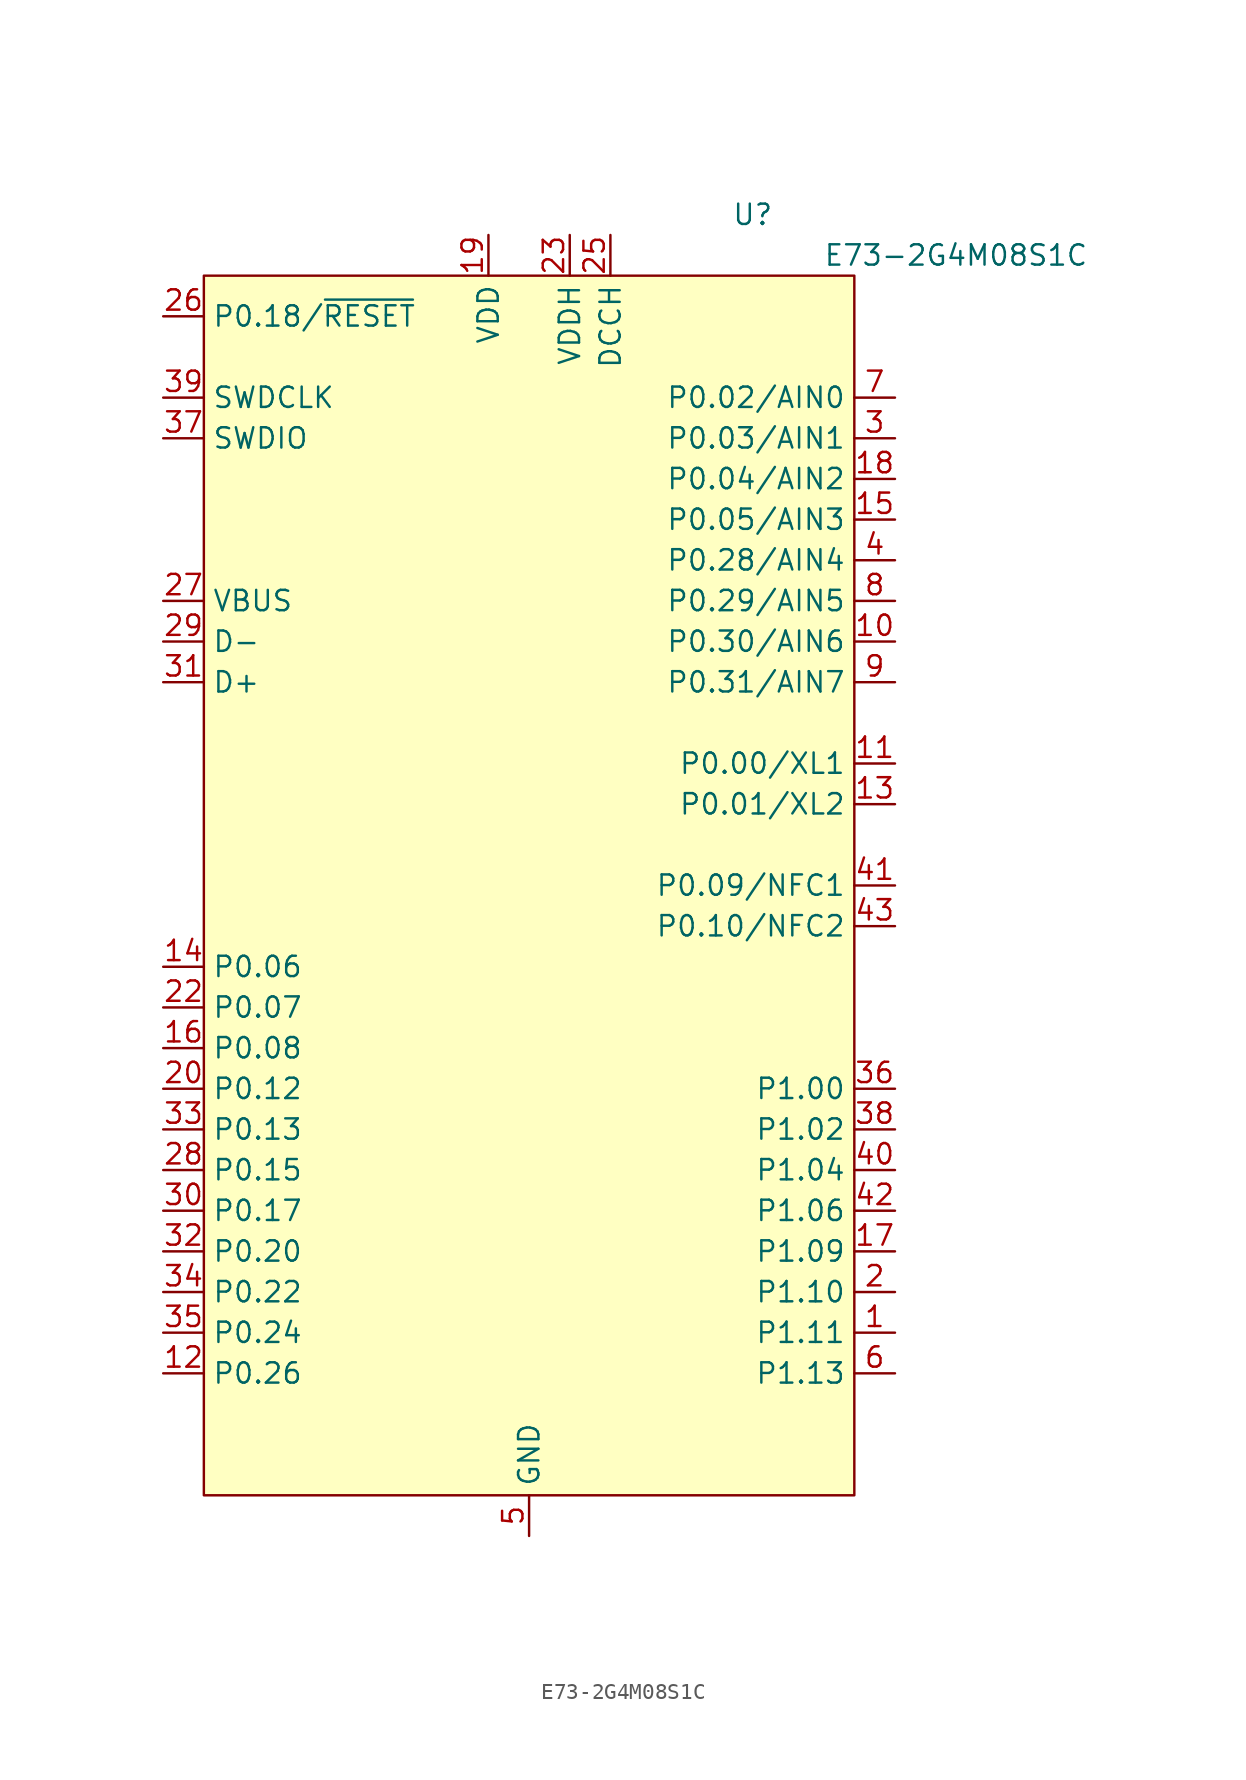
<source format=kicad_sym>
(kicad_symbol_lib
  (version 20231120)
  (generator "kicad_symbol_editor")
  (generator_version "8.0")
  (symbol "E73-2G4M08S1C"
    (property "Reference" "U"
      (at 13.97 41.91 0)
      (do_not_autoplace)
      (effects (font (size 1.27 1.27))))
    (property "Value" "E73-2G4M08S1C"
      (at 26.67 39.37 0)
      (do_not_autoplace)
      (effects (font (size 1.27 1.27))))
    (symbol "E73-2G4M08S1C_0_0"
      (pin bidirectional line (at 22.86 -27.94 180) (length 2.54) (name "P1.11" (effects (font (size 1.27 1.27)))) (number "1" (effects (font (size 1.27 1.27)))))
      (pin power_in line (at 22.86 15.24 180) (length 2.54) (name "P0.30/AIN6" (effects (font (size 1.27 1.27)))) (number "10" (effects (font (size 1.27 1.27)))))
      (pin bidirectional line (at 22.86 7.62 180) (length 2.54) (name "P0.00/XL1" (effects (font (size 1.27 1.27)))) (number "11" (effects (font (size 1.27 1.27)))))
      (pin bidirectional line (at -22.86 -30.48 0) (length 2.54) (name "P0.26" (effects (font (size 1.27 1.27)))) (number "12" (effects (font (size 1.27 1.27)))))
      (pin bidirectional line (at 22.86 5.08 180) (length 2.54) (name "P0.01/XL2" (effects (font (size 1.27 1.27)))) (number "13" (effects (font (size 1.27 1.27)))))
      (pin bidirectional line (at -22.86 -5.08 0) (length 2.54) (name "P0.06" (effects (font (size 1.27 1.27)))) (number "14" (effects (font (size 1.27 1.27)))))
      (pin bidirectional line (at 22.86 22.86 180) (length 2.54) (name "P0.05/AIN3" (effects (font (size 1.27 1.27)))) (number "15" (effects (font (size 1.27 1.27)))))
      (pin bidirectional line (at -22.86 -10.16 0) (length 2.54) (name "P0.08" (effects (font (size 1.27 1.27)))) (number "16" (effects (font (size 1.27 1.27)))))
      (pin bidirectional line (at 22.86 -22.86 180) (length 2.54) (name "P1.09" (effects (font (size 1.27 1.27)))) (number "17" (effects (font (size 1.27 1.27)))))
      (pin bidirectional line (at 22.86 25.4 180) (length 2.54) (name "P0.04/AIN2" (effects (font (size 1.27 1.27)))) (number "18" (effects (font (size 1.27 1.27)))))
      (pin bidirectional line (at -2.54 40.64 270) (length 2.54) (name "VDD" (effects (font (size 1.27 1.27)))) (number "19" (effects (font (size 1.27 1.27)))))
      (pin bidirectional line (at 22.86 -25.4 180) (length 2.54) (name "P1.10" (effects (font (size 1.27 1.27)))) (number "2" (effects (font (size 1.27 1.27)))))
      (pin bidirectional line (at -22.86 -12.7 0) (length 2.54) (name "P0.12" (effects (font (size 1.27 1.27)))) (number "20" (effects (font (size 1.27 1.27)))))
      (pin bidirectional line (at -22.86 -7.62 0) (length 2.54) (name "P0.07" (effects (font (size 1.27 1.27)))) (number "22" (effects (font (size 1.27 1.27)))))
      (pin bidirectional line (at 2.54 40.64 270) (length 2.54) (name "VDDH" (effects (font (size 1.27 1.27)))) (number "23" (effects (font (size 1.27 1.27)))))
      (pin bidirectional line (at 5.08 40.64 270) (length 2.54) (name "DCCH" (effects (font (size 1.27 1.27)))) (number "25" (effects (font (size 1.27 1.27)))))
      (pin input line (at -22.86 17.78 0) (length 2.54) (name "VBUS" (effects (font (size 1.27 1.27)))) (number "27" (effects (font (size 1.27 1.27)))))
      (pin bidirectional line (at -22.86 -17.78 0) (length 2.54) (name "P0.15" (effects (font (size 1.27 1.27)))) (number "28" (effects (font (size 1.27 1.27)))))
      (pin bidirectional line (at -22.86 15.24 0) (length 2.54) (name "D-" (effects (font (size 1.27 1.27)))) (number "29" (effects (font (size 1.27 1.27)))))
      (pin bidirectional line (at 22.86 27.94 180) (length 2.54) (name "P0.03/AIN1" (effects (font (size 1.27 1.27)))) (number "3" (effects (font (size 1.27 1.27)))))
      (pin bidirectional line (at -22.86 -20.32 0) (length 2.54) (name "P0.17" (effects (font (size 1.27 1.27)))) (number "30" (effects (font (size 1.27 1.27)))))
      (pin bidirectional line (at -22.86 12.7 0) (length 2.54) (name "D+" (effects (font (size 1.27 1.27)))) (number "31" (effects (font (size 1.27 1.27)))))
      (pin bidirectional line (at -22.86 -22.86 0) (length 2.54) (name "P0.20" (effects (font (size 1.27 1.27)))) (number "32" (effects (font (size 1.27 1.27)))))
      (pin bidirectional line (at -22.86 -15.24 0) (length 2.54) (name "P0.13" (effects (font (size 1.27 1.27)))) (number "33" (effects (font (size 1.27 1.27)))))
      (pin bidirectional line (at -22.86 -25.4 0) (length 2.54) (name "P0.22" (effects (font (size 1.27 1.27)))) (number "34" (effects (font (size 1.27 1.27)))))
      (pin bidirectional line (at -22.86 -27.94 0) (length 2.54) (name "P0.24" (effects (font (size 1.27 1.27)))) (number "35" (effects (font (size 1.27 1.27)))))
      (pin bidirectional line (at 22.86 -12.7 180) (length 2.54) (name "P1.00" (effects (font (size 1.27 1.27)))) (number "36" (effects (font (size 1.27 1.27)))))
      (pin bidirectional line (at -22.86 27.94 0) (length 2.54) (name "SWDIO" (effects (font (size 1.27 1.27)))) (number "37" (effects (font (size 1.27 1.27)))))
      (pin bidirectional line (at 22.86 -15.24 180) (length 2.54) (name "P1.02" (effects (font (size 1.27 1.27)))) (number "38" (effects (font (size 1.27 1.27)))))
      (pin power_in line (at -22.86 30.48 0) (length 2.54) (name "SWDCLK" (effects (font (size 1.27 1.27)))) (number "39" (effects (font (size 1.27 1.27)))))
      (pin bidirectional line (at 22.86 20.32 180) (length 2.54) (name "P0.28/AIN4" (effects (font (size 1.27 1.27)))) (number "4" (effects (font (size 1.27 1.27)))))
      (pin bidirectional line (at 22.86 -17.78 180) (length 2.54) (name "P1.04" (effects (font (size 1.27 1.27)))) (number "40" (effects (font (size 1.27 1.27)))))
      (pin bidirectional line (at 22.86 0 180) (length 2.54) (name "P0.09/NFC1" (effects (font (size 1.27 1.27)))) (number "41" (effects (font (size 1.27 1.27)))))
      (pin power_in line (at 22.86 -20.32 180) (length 2.54) (name "P1.06" (effects (font (size 1.27 1.27)))) (number "42" (effects (font (size 1.27 1.27)))))
      (pin power_in line (at 22.86 -2.54 180) (length 2.54) (name "P0.10/NFC2" (effects (font (size 1.27 1.27)))) (number "43" (effects (font (size 1.27 1.27)))))
      (pin bidirectional line (at 22.86 -30.48 180) (length 2.54) (name "P1.13" (effects (font (size 1.27 1.27)))) (number "6" (effects (font (size 1.27 1.27)))))
      (pin bidirectional line (at 22.86 30.48 180) (length 2.54) (name "P0.02/AIN0" (effects (font (size 1.27 1.27)))) (number "7" (effects (font (size 1.27 1.27)))))
      (pin bidirectional line (at 22.86 17.78 180) (length 2.54) (name "P0.29/AIN5" (effects (font (size 1.27 1.27)))) (number "8" (effects (font (size 1.27 1.27)))))
      (pin power_in line (at 22.86 12.7 180) (length 2.54) (name "P0.31/AIN7" (effects (font (size 1.27 1.27)))) (number "9" (effects (font (size 1.27 1.27))))))
    (symbol "E73-2G4M08S1C_0_1"
      (rectangle (start -20.32 38.1) (end 20.32 -38.1) (stroke (width 0.152) (type default)) (fill (type background))))
    (symbol "E73-2G4M08S1C_1_0"
      (pin passive line (at 0 -40.64 90) (length 2.54) hide (name "GND" (effects (font (size 1.27 1.27)))) (number "21" (effects (font (size 1.27 1.27)))))
      (pin passive line (at 0 -40.64 90) (length 2.54) hide (name "GND" (effects (font (size 1.27 1.27)))) (number "24" (effects (font (size 1.27 1.27)))))
      (pin bidirectional line (at -22.86 35.56 0) (length 2.54) (name "P0.18/~{RESET}" (effects (font (size 1.27 1.27)))) (number "26" (effects (font (size 1.27 1.27)))))
      (pin power_in line (at 0 -40.64 90) (length 2.54) (name "GND" (effects (font (size 1.27 1.27)))) (number "5" (effects (font (size 1.27 1.27))))))))
</source>
